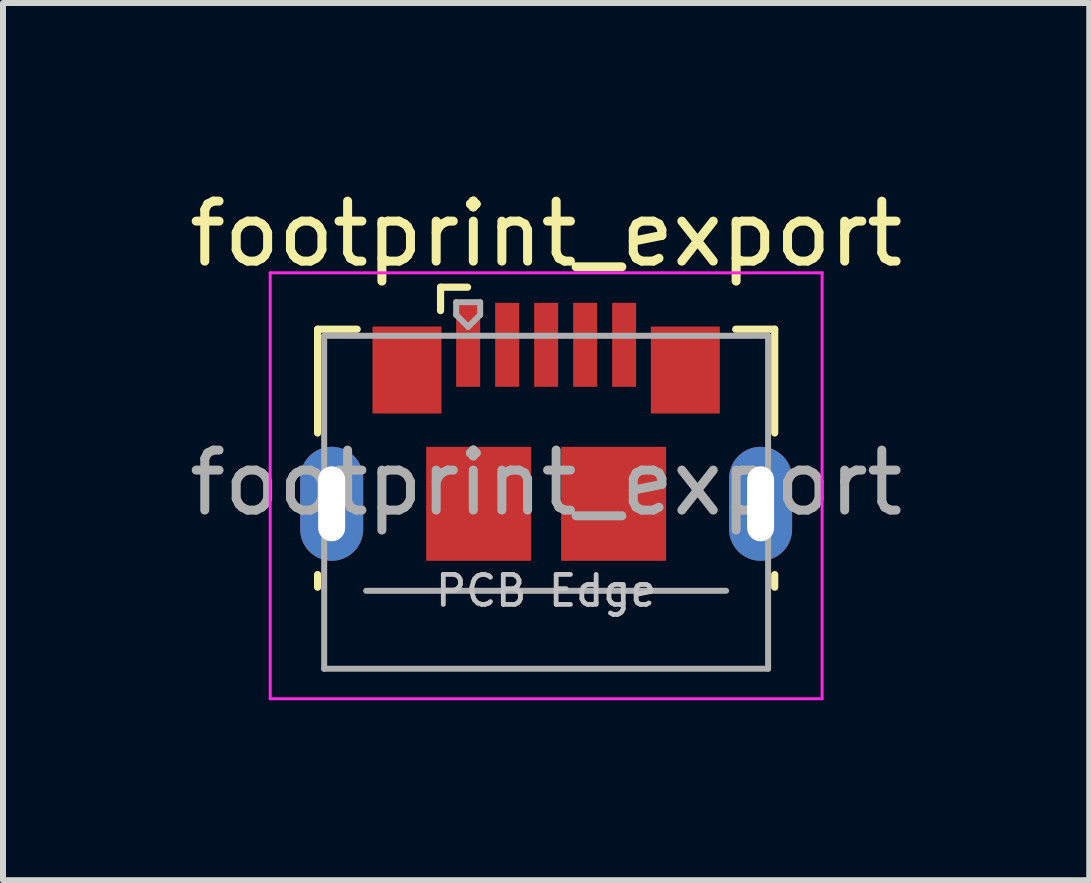
<source format=kicad_pcb>
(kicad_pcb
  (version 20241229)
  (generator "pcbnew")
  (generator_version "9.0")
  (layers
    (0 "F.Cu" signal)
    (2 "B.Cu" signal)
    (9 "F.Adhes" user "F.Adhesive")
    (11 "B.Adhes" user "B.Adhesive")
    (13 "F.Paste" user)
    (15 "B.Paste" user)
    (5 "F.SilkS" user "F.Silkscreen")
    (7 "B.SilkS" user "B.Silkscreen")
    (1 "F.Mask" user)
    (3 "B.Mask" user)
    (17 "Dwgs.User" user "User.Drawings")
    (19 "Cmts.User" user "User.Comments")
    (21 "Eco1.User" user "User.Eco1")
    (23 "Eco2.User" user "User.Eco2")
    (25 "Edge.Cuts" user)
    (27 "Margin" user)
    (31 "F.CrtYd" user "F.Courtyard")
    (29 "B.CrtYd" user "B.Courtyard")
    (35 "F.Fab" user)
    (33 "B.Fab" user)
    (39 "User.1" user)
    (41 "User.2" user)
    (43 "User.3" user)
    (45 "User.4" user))
  (footprint "footprint_export"
    (layer "F.Cu")
    (at 6.054 4.148)
    (property "Reference" "footprint_export" (at 0 -3.3 0) (layer "F.SilkS") (effects (font (size 1 1) (thickness 0.15))))
    (attr smd)
    (fp_line (start -3.81 -1.71) (end -3.15 -1.71) (stroke (width 0.12) (type solid)) (layer "F.SilkS"))
    (fp_line (start -3.81 0.02) (end -3.81 -1.71) (stroke (width 0.12) (type solid)) (layer "F.SilkS"))
    (fp_line (start -3.81 2.59) (end -3.81 2.38) (stroke (width 0.12) (type solid)) (layer "F.SilkS"))
    (fp_line (start -1.76 -2.41) (end -1.76 -2.02) (stroke (width 0.12) (type solid)) (layer "F.SilkS"))
    (fp_line (start -1.76 -2.41) (end -1.31 -2.41) (stroke (width 0.12) (type solid)) (layer "F.SilkS"))
    (fp_line (start 3.81 -1.71) (end 3.16 -1.71) (stroke (width 0.12) (type solid)) (layer "F.SilkS"))
    (fp_line (start 3.81 0.02) (end 3.81 -1.71) (stroke (width 0.12) (type solid)) (layer "F.SilkS"))
    (fp_line (start 3.81 2.59) (end 3.81 2.38) (stroke (width 0.12) (type solid)) (layer "F.SilkS"))
    (fp_line (start -4.6 -2.65) (end 4.6 -2.65) (stroke (width 0.05) (type solid)) (layer "F.CrtYd"))
    (fp_line (start -4.6 4.45) (end -4.6 -2.65) (stroke (width 0.05) (type solid)) (layer "F.CrtYd"))
    (fp_line (start -4.6 4.45) (end 4.6 4.45) (stroke (width 0.05) (type solid)) (layer "F.CrtYd"))
    (fp_line (start 4.6 -2.65) (end 4.6 4.45) (stroke (width 0.05) (type solid)) (layer "F.CrtYd"))
    (fp_line (start -3.7 -1.6) (end 3.7 -1.6) (stroke (width 0.1) (type solid)) (layer "F.Fab"))
    (fp_line (start -3.7 3.95) (end -3.7 -1.6) (stroke (width 0.1) (type solid)) (layer "F.Fab"))
    (fp_line (start -3.7 3.95) (end 3.7 3.95) (stroke (width 0.1) (type solid)) (layer "F.Fab"))
    (fp_line (start -3 2.65) (end 3 2.65) (stroke (width 0.1) (type solid)) (layer "F.Fab"))
    (fp_line (start -1.5 -2.16) (end -1.5 -1.95) (stroke (width 0.1) (type solid)) (layer "F.Fab"))
    (fp_line (start -1.5 -2.16) (end -1.1 -2.16) (stroke (width 0.1) (type solid)) (layer "F.Fab"))
    (fp_line (start -1.3 -1.75) (end -1.5 -1.95) (stroke (width 0.1) (type solid)) (layer "F.Fab"))
    (fp_line (start -1.1 -2.16) (end -1.1 -1.95) (stroke (width 0.1) (type solid)) (layer "F.Fab"))
    (fp_line (start -1.1 -1.95) (end -1.3 -1.75) (stroke (width 0.1) (type solid)) (layer "F.Fab"))
    (fp_line (start 3.7 3.95) (end 3.7 -1.6) (stroke (width 0.1) (type solid)) (layer "F.Fab"))
    (fp_text user "PCB Edge" (at 0 2.65 0) (layer "Dwgs.User") (effects (font (size 0.5 0.5) (thickness 0.08))))
    (fp_text user "${REFERENCE}" (at 0 0.85 0) (layer "F.Fab") (effects (font (size 1 1) (thickness 0.15))))
    (pad "1" smd rect (at -1.3 -1.45) (size 0.4 1.4) (layers "F.Cu" "F.Mask" "F.Paste"))
    (pad "2" smd rect (at -0.65 -1.45) (size 0.4 1.4) (layers "F.Cu" "F.Mask" "F.Paste"))
    (pad "3" smd rect (at 0 -1.45) (size 0.4 1.4) (layers "F.Cu" "F.Mask" "F.Paste"))
    (pad "4" smd rect (at 0.65 -1.45) (size 0.4 1.4) (layers "F.Cu" "F.Mask" "F.Paste"))
    (pad "5" smd rect (at 1.3 -1.45) (size 0.4 1.4) (layers "F.Cu" "F.Mask" "F.Paste"))
    (pad "6" thru_hole oval (at -3.575 1.2 180) (size 1.05 1.9) (drill oval 0.45 1.25) (layers "*.Cu" "*.Mask"))
    (pad "6" smd rect (at -2.32 -1.03) (size 1.15 1.45) (layers "F.Cu" "F.Mask" "F.Paste"))
    (pad "6" smd rect (at -1.125 1.2) (size 1.75 1.9) (layers "F.Cu" "F.Mask" "F.Paste"))
    (pad "6" smd rect (at 1.125 1.2) (size 1.75 1.9) (layers "F.Cu" "F.Mask" "F.Paste"))
    (pad "6" smd rect (at 2.32 -1.03) (size 1.15 1.45) (layers "F.Cu" "F.Mask" "F.Paste"))
    (pad "6" thru_hole oval (at 3.575 1.2) (size 1.05 1.9) (drill oval 0.45 1.25) (layers "*.Cu" "*.Mask")))
  (gr_rect
    (start -3 -3)
    (end 15.107 11.623)
    (stroke (width 0.1) (type default))
    (fill no)
    (layer "Edge.Cuts")))
</source>
